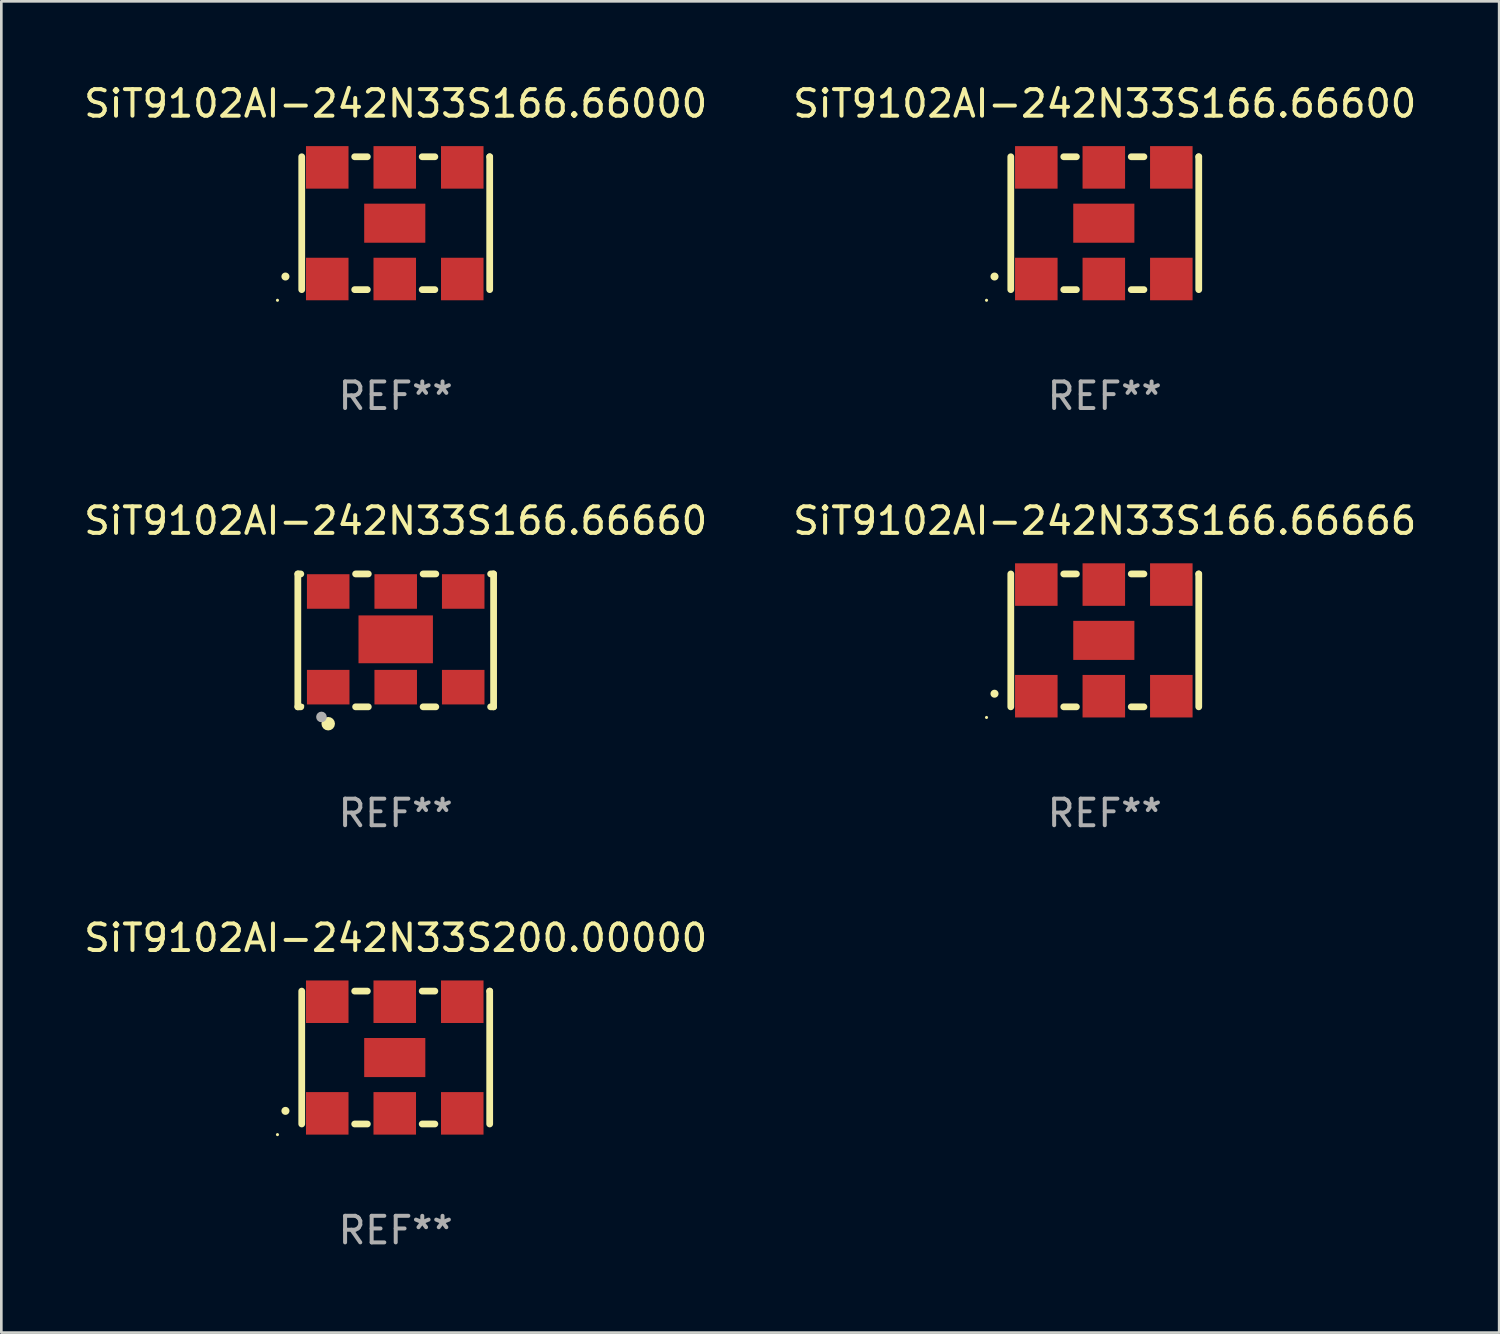
<source format=kicad_pcb>
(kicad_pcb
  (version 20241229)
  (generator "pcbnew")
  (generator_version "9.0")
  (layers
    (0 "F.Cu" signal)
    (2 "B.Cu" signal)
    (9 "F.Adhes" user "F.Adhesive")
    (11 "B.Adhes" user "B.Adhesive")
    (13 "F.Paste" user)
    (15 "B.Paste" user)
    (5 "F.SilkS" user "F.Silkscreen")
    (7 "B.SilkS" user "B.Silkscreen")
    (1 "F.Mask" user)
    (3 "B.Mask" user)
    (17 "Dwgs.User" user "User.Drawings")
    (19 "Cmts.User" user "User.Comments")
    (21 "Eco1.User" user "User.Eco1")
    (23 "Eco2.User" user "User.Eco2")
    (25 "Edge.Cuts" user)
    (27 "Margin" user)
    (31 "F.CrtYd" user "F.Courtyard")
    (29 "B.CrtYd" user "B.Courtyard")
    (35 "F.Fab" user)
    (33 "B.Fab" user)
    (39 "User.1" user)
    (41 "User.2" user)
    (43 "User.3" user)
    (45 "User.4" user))
  (footprint "SiT9102AI-242N33S166.66000"
    (layer "F.Cu")
    (at 11.839 5.348)
    (property "Reference" "SiT9102AI-242N33S166.66000" (at 0 -4.5 0) (layer "F.SilkS") (effects (font (size 1 1) (thickness 0.15))))
    (attr through_hole)
    (fp_line (start -3.536 -2.5) (end -3.536 2.5) (stroke (width 0.254) (type solid)) (layer "F.SilkS"))
    (fp_line (start -1.544 2.5) (end -1.067 2.5) (stroke (width 0.254) (type solid)) (layer "F.SilkS"))
    (fp_line (start -1.067 -2.5) (end -1.544 -2.5) (stroke (width 0.254) (type solid)) (layer "F.SilkS"))
    (fp_line (start 0.996 2.5) (end 1.473 2.5) (stroke (width 0.254) (type solid)) (layer "F.SilkS"))
    (fp_line (start 1.473 -2.5) (end 0.996 -2.5) (stroke (width 0.254) (type solid)) (layer "F.SilkS"))
    (fp_line (start 3.536 -2.5) (end 3.536 -2.5) (stroke (width 0.254) (type solid)) (layer "F.SilkS"))
    (fp_line (start 3.536 2.5) (end 3.536 -2.5) (stroke (width 0.254) (type solid)) (layer "F.SilkS"))
    (fp_arc (start -4.150432 2.006604) (mid -4.149162 2.006599) (end -4.147892 2.006604) (stroke (width 0.3) (type solid)) (layer "F.SilkS"))
    (fp_circle (center -4.449 2.9) (end -4.419 2.9) (stroke (width 0.06) (type solid)) (fill no) (layer "F.SilkS"))
    (fp_text user "REF**" (at 0 6.5 0) (layer "F.Fab") (effects (font (size 1 1) (thickness 0.15))))
    (pad "1" smd rect (at -2.576 2.1) (size 1.6 1.6) (layers "F.Cu" "F.Mask" "F.Paste"))
    (pad "2" smd rect (at -0.036 2.1) (size 1.6 1.6) (layers "F.Cu" "F.Mask" "F.Paste"))
    (pad "3" smd rect (at 2.504 2.1) (size 1.6 1.6) (layers "F.Cu" "F.Mask" "F.Paste"))
    (pad "4" smd rect (at 2.504 -2.1) (size 1.6 1.6) (layers "F.Cu" "F.Mask" "F.Paste"))
    (pad "5" smd rect (at -0.036 -2.1) (size 1.6 1.6) (layers "F.Cu" "F.Mask" "F.Paste"))
    (pad "6" smd rect (at -2.576 -2.1) (size 1.6 1.6) (layers "F.Cu" "F.Mask" "F.Paste"))
    (pad "7" smd rect (at -0.036 0) (size 2.3 1.47) (layers "F.Cu" "F.Mask" "F.Paste")))
  (footprint "SiT9102AI-242N33S200.00000"
    (layer "F.Cu")
    (at 11.839 36.741)
    (property "Reference" "SiT9102AI-242N33S200.00000" (at 0 -4.5 0) (layer "F.SilkS") (effects (font (size 1 1) (thickness 0.15))))
    (attr through_hole)
    (fp_line (start -3.536 -2.5) (end -3.536 2.5) (stroke (width 0.254) (type solid)) (layer "F.SilkS"))
    (fp_line (start -1.544 2.5) (end -1.067 2.5) (stroke (width 0.254) (type solid)) (layer "F.SilkS"))
    (fp_line (start -1.067 -2.5) (end -1.544 -2.5) (stroke (width 0.254) (type solid)) (layer "F.SilkS"))
    (fp_line (start 0.996 2.5) (end 1.473 2.5) (stroke (width 0.254) (type solid)) (layer "F.SilkS"))
    (fp_line (start 1.473 -2.5) (end 0.996 -2.5) (stroke (width 0.254) (type solid)) (layer "F.SilkS"))
    (fp_line (start 3.536 -2.5) (end 3.536 -2.5) (stroke (width 0.254) (type solid)) (layer "F.SilkS"))
    (fp_line (start 3.536 2.5) (end 3.536 -2.5) (stroke (width 0.254) (type solid)) (layer "F.SilkS"))
    (fp_arc (start -4.150432 2.006604) (mid -4.149162 2.006599) (end -4.147892 2.006604) (stroke (width 0.3) (type solid)) (layer "F.SilkS"))
    (fp_circle (center -4.449 2.9) (end -4.419 2.9) (stroke (width 0.06) (type solid)) (fill no) (layer "F.SilkS"))
    (fp_text user "REF**" (at 0 6.5 0) (layer "F.Fab") (effects (font (size 1 1) (thickness 0.15))))
    (pad "1" smd rect (at -2.576 2.1) (size 1.6 1.6) (layers "F.Cu" "F.Mask" "F.Paste"))
    (pad "2" smd rect (at -0.036 2.1) (size 1.6 1.6) (layers "F.Cu" "F.Mask" "F.Paste"))
    (pad "3" smd rect (at 2.504 2.1) (size 1.6 1.6) (layers "F.Cu" "F.Mask" "F.Paste"))
    (pad "4" smd rect (at 2.504 -2.1) (size 1.6 1.6) (layers "F.Cu" "F.Mask" "F.Paste"))
    (pad "5" smd rect (at -0.036 -2.1) (size 1.6 1.6) (layers "F.Cu" "F.Mask" "F.Paste"))
    (pad "6" smd rect (at -2.576 -2.1) (size 1.6 1.6) (layers "F.Cu" "F.Mask" "F.Paste"))
    (pad "7" smd rect (at -0.036 0) (size 2.3 1.47) (layers "F.Cu" "F.Mask" "F.Paste")))
  (footprint "SiT9102AI-242N33S166.66660"
    (layer "F.Cu")
    (at 11.839 21.045)
    (property "Reference" "SiT9102AI-242N33S166.66660" (at 0 -4.5 0) (layer "F.SilkS") (effects (font (size 1 1) (thickness 0.15))))
    (attr through_hole)
    (fp_line (start -3.683 -2.5) (end -3.571 -2.5) (stroke (width 0.254) (type solid)) (layer "F.SilkS"))
    (fp_line (start -3.683 2.5) (end -3.683 -2.5) (stroke (width 0.254) (type solid)) (layer "F.SilkS"))
    (fp_line (start -3.683 2.5) (end -3.571 2.5) (stroke (width 0.254) (type solid)) (layer "F.SilkS"))
    (fp_line (start -1.509 -2.5) (end -1.031 -2.5) (stroke (width 0.254) (type solid)) (layer "F.SilkS"))
    (fp_line (start -1.509 2.5) (end -1.031 2.5) (stroke (width 0.254) (type solid)) (layer "F.SilkS"))
    (fp_line (start 1.031 -2.5) (end 1.509 -2.5) (stroke (width 0.254) (type solid)) (layer "F.SilkS"))
    (fp_line (start 1.031 2.5) (end 1.509 2.5) (stroke (width 0.254) (type solid)) (layer "F.SilkS"))
    (fp_line (start 3.571 -2.5) (end 3.683 -2.5) (stroke (width 0.254) (type solid)) (layer "F.SilkS"))
    (fp_line (start 3.571 2.5) (end 3.683 2.5) (stroke (width 0.254) (type solid)) (layer "F.SilkS"))
    (fp_line (start 3.683 2.5) (end 3.683 -2.5) (stroke (width 0.254) (type solid)) (layer "F.SilkS"))
    (fp_circle (center -3.5 2.46) (end -3.47 2.46) (stroke (width 0.06) (type solid)) (fill no) (layer "F.SilkS"))
    (fp_circle (center -2.54 3.135) (end -2.413 3.135) (stroke (width 0.254) (type solid)) (fill no) (layer "F.SilkS"))
    (fp_circle (center -2.794 2.881) (end -2.694 2.881) (stroke (width 0.2) (type solid)) (fill no) (layer "F.Fab"))
    (fp_text user "REF**" (at 0 6.5 0) (layer "F.Fab") (effects (font (size 1 1) (thickness 0.15))))
    (pad "1" smd rect (at -2.54 1.76) (size 1.6 1.3) (layers "F.Cu" "F.Mask" "F.Paste"))
    (pad "2" smd rect (at 0 1.76) (size 1.6 1.3) (layers "F.Cu" "F.Mask" "F.Paste"))
    (pad "3" smd rect (at 2.54 1.76) (size 1.6 1.3) (layers "F.Cu" "F.Mask" "F.Paste"))
    (pad "4" smd rect (at 2.54 -1.84) (size 1.6 1.3) (layers "F.Cu" "F.Mask" "F.Paste"))
    (pad "5" smd rect (at 0 -1.84) (size 1.6 1.3) (layers "F.Cu" "F.Mask" "F.Paste"))
    (pad "6" smd rect (at -2.54 -1.84) (size 1.6 1.3) (layers "F.Cu" "F.Mask" "F.Paste"))
    (pad "7" smd rect (at 0 -0.04) (size 2.8 1.8) (layers "F.Cu" "F.Mask" "F.Paste")))
  (footprint "SiT9102AI-242N33S166.66666"
    (layer "F.Cu")
    (at 38.518 21.045)
    (property "Reference" "SiT9102AI-242N33S166.66666" (at 0 -4.5 0) (layer "F.SilkS") (effects (font (size 1 1) (thickness 0.15))))
    (attr through_hole)
    (fp_line (start -3.536 -2.5) (end -3.536 2.5) (stroke (width 0.254) (type solid)) (layer "F.SilkS"))
    (fp_line (start -1.544 2.5) (end -1.067 2.5) (stroke (width 0.254) (type solid)) (layer "F.SilkS"))
    (fp_line (start -1.067 -2.5) (end -1.544 -2.5) (stroke (width 0.254) (type solid)) (layer "F.SilkS"))
    (fp_line (start 0.996 2.5) (end 1.473 2.5) (stroke (width 0.254) (type solid)) (layer "F.SilkS"))
    (fp_line (start 1.473 -2.5) (end 0.996 -2.5) (stroke (width 0.254) (type solid)) (layer "F.SilkS"))
    (fp_line (start 3.536 -2.5) (end 3.536 -2.5) (stroke (width 0.254) (type solid)) (layer "F.SilkS"))
    (fp_line (start 3.536 2.5) (end 3.536 -2.5) (stroke (width 0.254) (type solid)) (layer "F.SilkS"))
    (fp_arc (start -4.150432 2.006604) (mid -4.149162 2.006599) (end -4.147892 2.006604) (stroke (width 0.3) (type solid)) (layer "F.SilkS"))
    (fp_circle (center -4.449 2.9) (end -4.419 2.9) (stroke (width 0.06) (type solid)) (fill no) (layer "F.SilkS"))
    (fp_text user "REF**" (at 0 6.5 0) (layer "F.Fab") (effects (font (size 1 1) (thickness 0.15))))
    (pad "1" smd rect (at -2.576 2.1) (size 1.6 1.6) (layers "F.Cu" "F.Mask" "F.Paste"))
    (pad "2" smd rect (at -0.036 2.1) (size 1.6 1.6) (layers "F.Cu" "F.Mask" "F.Paste"))
    (pad "3" smd rect (at 2.504 2.1) (size 1.6 1.6) (layers "F.Cu" "F.Mask" "F.Paste"))
    (pad "4" smd rect (at 2.504 -2.1) (size 1.6 1.6) (layers "F.Cu" "F.Mask" "F.Paste"))
    (pad "5" smd rect (at -0.036 -2.1) (size 1.6 1.6) (layers "F.Cu" "F.Mask" "F.Paste"))
    (pad "6" smd rect (at -2.576 -2.1) (size 1.6 1.6) (layers "F.Cu" "F.Mask" "F.Paste"))
    (pad "7" smd rect (at -0.036 0) (size 2.3 1.47) (layers "F.Cu" "F.Mask" "F.Paste")))
  (footprint "SiT9102AI-242N33S166.66600"
    (layer "F.Cu")
    (at 38.518 5.348)
    (property "Reference" "SiT9102AI-242N33S166.66600" (at 0 -4.5 0) (layer "F.SilkS") (effects (font (size 1 1) (thickness 0.15))))
    (attr through_hole)
    (fp_line (start -3.536 -2.5) (end -3.536 2.5) (stroke (width 0.254) (type solid)) (layer "F.SilkS"))
    (fp_line (start -1.544 2.5) (end -1.067 2.5) (stroke (width 0.254) (type solid)) (layer "F.SilkS"))
    (fp_line (start -1.067 -2.5) (end -1.544 -2.5) (stroke (width 0.254) (type solid)) (layer "F.SilkS"))
    (fp_line (start 0.996 2.5) (end 1.473 2.5) (stroke (width 0.254) (type solid)) (layer "F.SilkS"))
    (fp_line (start 1.473 -2.5) (end 0.996 -2.5) (stroke (width 0.254) (type solid)) (layer "F.SilkS"))
    (fp_line (start 3.536 -2.5) (end 3.536 -2.5) (stroke (width 0.254) (type solid)) (layer "F.SilkS"))
    (fp_line (start 3.536 2.5) (end 3.536 -2.5) (stroke (width 0.254) (type solid)) (layer "F.SilkS"))
    (fp_arc (start -4.150432 2.006604) (mid -4.149162 2.006599) (end -4.147892 2.006604) (stroke (width 0.3) (type solid)) (layer "F.SilkS"))
    (fp_circle (center -4.449 2.9) (end -4.419 2.9) (stroke (width 0.06) (type solid)) (fill no) (layer "F.SilkS"))
    (fp_text user "REF**" (at 0 6.5 0) (layer "F.Fab") (effects (font (size 1 1) (thickness 0.15))))
    (pad "1" smd rect (at -2.576 2.1) (size 1.6 1.6) (layers "F.Cu" "F.Mask" "F.Paste"))
    (pad "2" smd rect (at -0.036 2.1) (size 1.6 1.6) (layers "F.Cu" "F.Mask" "F.Paste"))
    (pad "3" smd rect (at 2.504 2.1) (size 1.6 1.6) (layers "F.Cu" "F.Mask" "F.Paste"))
    (pad "4" smd rect (at 2.504 -2.1) (size 1.6 1.6) (layers "F.Cu" "F.Mask" "F.Paste"))
    (pad "5" smd rect (at -0.036 -2.1) (size 1.6 1.6) (layers "F.Cu" "F.Mask" "F.Paste"))
    (pad "6" smd rect (at -2.576 -2.1) (size 1.6 1.6) (layers "F.Cu" "F.Mask" "F.Paste"))
    (pad "7" smd rect (at -0.036 0) (size 2.3 1.47) (layers "F.Cu" "F.Mask" "F.Paste")))
  (gr_rect
    (start -3 -3)
    (end 53.357 47.09)
    (stroke (width 0.1) (type default))
    (fill no)
    (layer "Edge.Cuts")))
</source>
